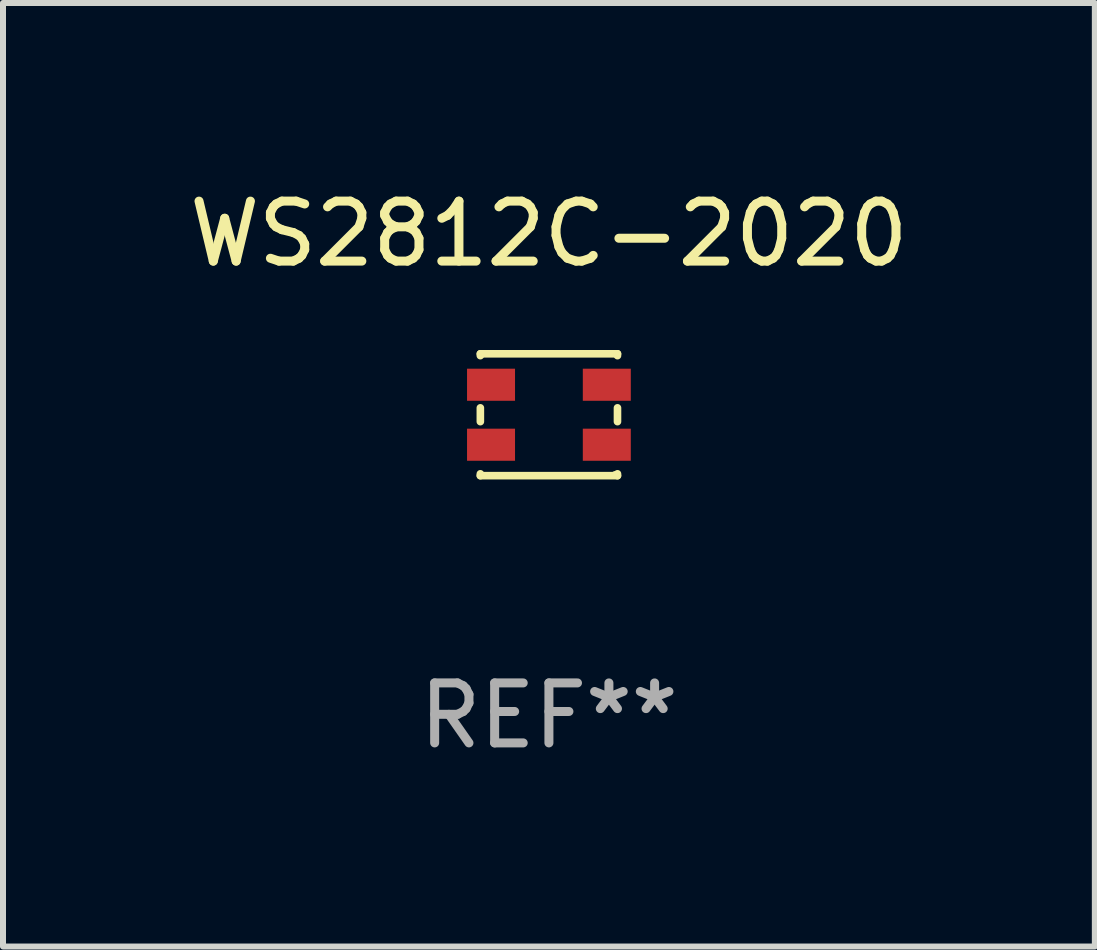
<source format=kicad_pcb>
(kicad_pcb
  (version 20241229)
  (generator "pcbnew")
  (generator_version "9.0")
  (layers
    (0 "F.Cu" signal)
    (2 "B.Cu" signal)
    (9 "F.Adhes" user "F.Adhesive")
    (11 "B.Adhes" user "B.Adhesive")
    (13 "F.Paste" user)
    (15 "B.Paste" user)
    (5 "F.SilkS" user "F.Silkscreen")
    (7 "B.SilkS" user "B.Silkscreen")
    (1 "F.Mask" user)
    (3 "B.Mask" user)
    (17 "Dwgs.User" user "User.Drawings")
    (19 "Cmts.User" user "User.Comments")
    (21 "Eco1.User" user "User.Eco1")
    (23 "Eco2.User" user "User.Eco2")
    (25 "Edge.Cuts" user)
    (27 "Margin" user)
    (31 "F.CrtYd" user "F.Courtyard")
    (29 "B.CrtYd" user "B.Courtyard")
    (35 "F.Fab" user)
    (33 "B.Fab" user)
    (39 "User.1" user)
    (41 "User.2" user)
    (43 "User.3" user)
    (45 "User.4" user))
  (footprint "WS2812C-2020"
    (layer "F.Cu")
    (at 6.101 3.864)
    (property "Reference" "WS2812C-2020" (at 0 -3.016 0) (layer "F.SilkS") (effects (font (size 1 1) (thickness 0.15))))
    (attr through_hole)
    (fp_line (start -1.143 -1.016) (end -1.143 -0.985) (stroke (width 0.127) (type solid)) (layer "F.SilkS"))
    (fp_line (start -1.143 -0.115) (end -1.143 0.115) (stroke (width 0.127) (type solid)) (layer "F.SilkS"))
    (fp_line (start -1.143 0.985) (end -1.143 1.016) (stroke (width 0.127) (type solid)) (layer "F.SilkS"))
    (fp_line (start -1.143 1.016) (end 1.143 1.016) (stroke (width 0.127) (type solid)) (layer "F.SilkS"))
    (fp_line (start 1.143 -1.016) (end -1.143 -1.016) (stroke (width 0.127) (type solid)) (layer "F.SilkS"))
    (fp_line (start 1.143 -0.985) (end 1.143 -1.016) (stroke (width 0.127) (type solid)) (layer "F.SilkS"))
    (fp_line (start 1.143 0.115) (end 1.143 -0.115) (stroke (width 0.127) (type solid)) (layer "F.SilkS"))
    (fp_line (start 1.143 1.016) (end 1.143 0.985) (stroke (width 0.127) (type solid)) (layer "F.SilkS"))
    (fp_circle (center 1.1 1) (end 1.13 1) (stroke (width 0.06) (type solid)) (fill no) (layer "F.SilkS"))
    (fp_text user "REF**" (at 0 5.016 0) (layer "F.Fab") (effects (font (size 1 1) (thickness 0.15))))
    (pad "1" smd rect (at 0.965 0.5 90) (size 0.535 0.8) (layers "F.Cu" "F.Mask" "F.Paste"))
    (pad "2" smd rect (at 0.965 -0.5 90) (size 0.535 0.8) (layers "F.Cu" "F.Mask" "F.Paste"))
    (pad "3" smd rect (at -0.965 -0.5 90) (size 0.535 0.8) (layers "F.Cu" "F.Mask" "F.Paste"))
    (pad "4" smd rect (at -0.965 0.5 90) (size 0.535 0.8) (layers "F.Cu" "F.Mask" "F.Paste")))
  (gr_rect
    (start -3 -3)
    (end 15.202 12.729)
    (stroke (width 0.1) (type default))
    (fill no)
    (layer "Edge.Cuts")))
</source>
